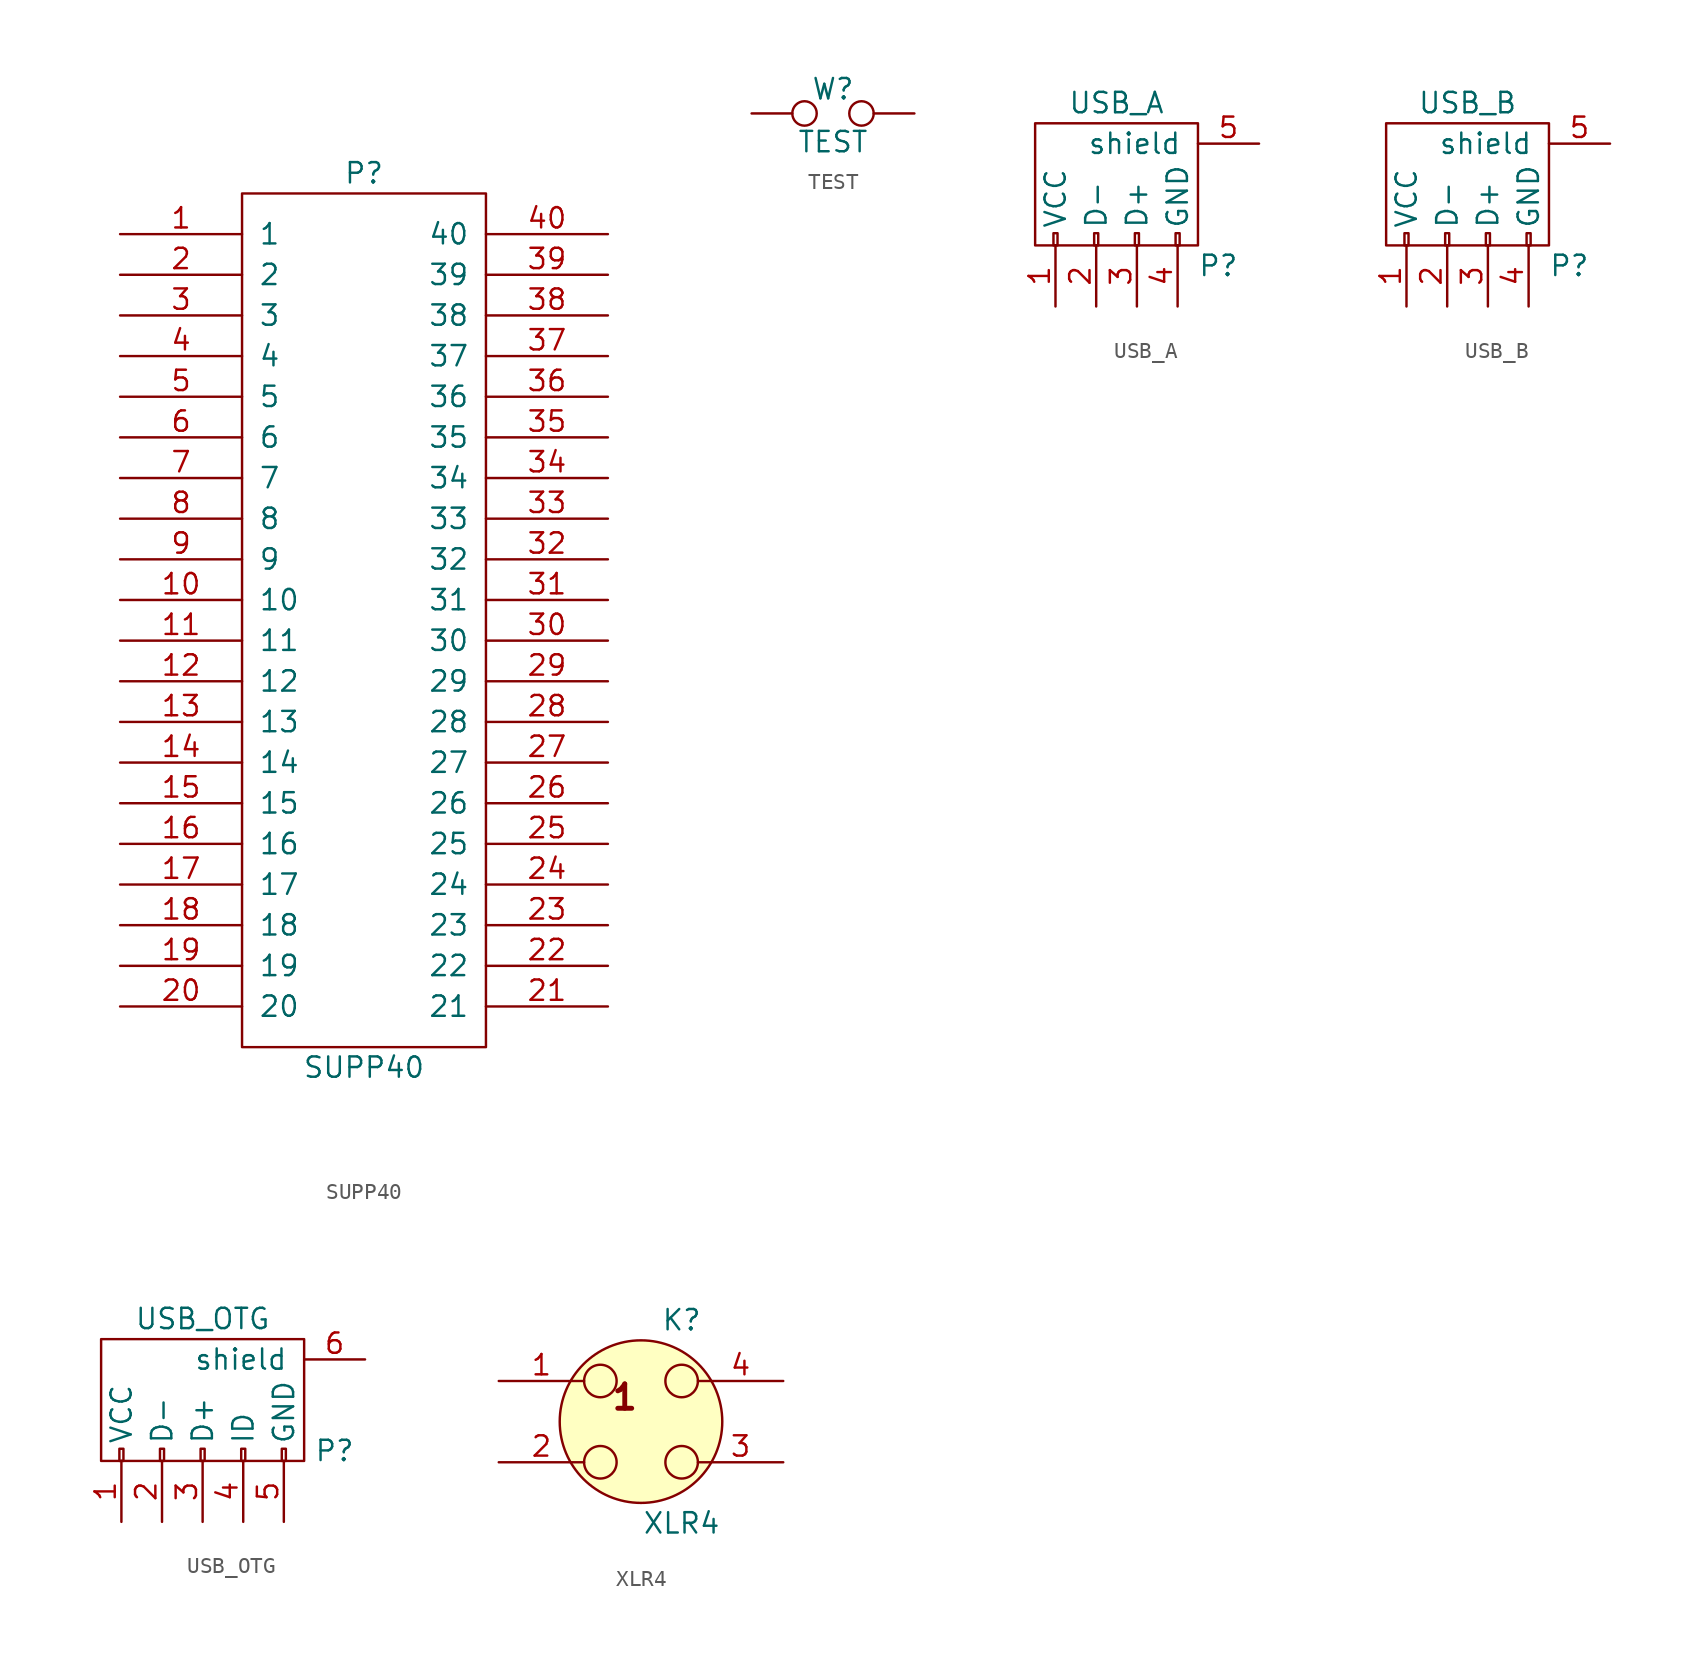
<source format=kicad_sym>
(kicad_symbol_lib
  (version 20211014)
  (generator kicad_symbol_editor)
  (symbol "SUPP40"
    (pin_names
      (offset 1.016))
    (property "Reference" "P"
      (at 0 27.94 0)
      (effects (font (size 1.27 1.27))))
    (property "Value" "SUPP40"
      (at 0 -27.94 0)
      (effects (font (size 1.27 1.27))))
    (property "Footprint" ""
      (at 0 0 0)
      (effects (font (size 1.27 1.27))))
    (property "Datasheet" ""
      (at 0 0 0)
      (effects (font (size 1.27 1.27))))
    (symbol "SUPP40_0_1"
      (rectangle (start -7.62 -26.67) (end 7.62 26.67) (stroke (width 0) (type default) (color 0 0 0 0)) (fill (type none))))
    (symbol "SUPP40_1_1"
      (pin passive line (at -15.24 24.13 0) (length 7.62) (name "1" (effects (font (size 1.27 1.27)))) (number "1" (effects (font (size 1.27 1.27)))))
      (pin passive line (at -15.24 1.27 0) (length 7.62) (name "10" (effects (font (size 1.27 1.27)))) (number "10" (effects (font (size 1.27 1.27)))))
      (pin passive line (at -15.24 -1.27 0) (length 7.62) (name "11" (effects (font (size 1.27 1.27)))) (number "11" (effects (font (size 1.27 1.27)))))
      (pin passive line (at -15.24 -3.81 0) (length 7.62) (name "12" (effects (font (size 1.27 1.27)))) (number "12" (effects (font (size 1.27 1.27)))))
      (pin passive line (at -15.24 -6.35 0) (length 7.62) (name "13" (effects (font (size 1.27 1.27)))) (number "13" (effects (font (size 1.27 1.27)))))
      (pin passive line (at -15.24 -8.89 0) (length 7.62) (name "14" (effects (font (size 1.27 1.27)))) (number "14" (effects (font (size 1.27 1.27)))))
      (pin passive line (at -15.24 -11.43 0) (length 7.62) (name "15" (effects (font (size 1.27 1.27)))) (number "15" (effects (font (size 1.27 1.27)))))
      (pin passive line (at -15.24 -13.97 0) (length 7.62) (name "16" (effects (font (size 1.27 1.27)))) (number "16" (effects (font (size 1.27 1.27)))))
      (pin passive line (at -15.24 -16.51 0) (length 7.62) (name "17" (effects (font (size 1.27 1.27)))) (number "17" (effects (font (size 1.27 1.27)))))
      (pin passive line (at -15.24 -19.05 0) (length 7.62) (name "18" (effects (font (size 1.27 1.27)))) (number "18" (effects (font (size 1.27 1.27)))))
      (pin passive line (at -15.24 -21.59 0) (length 7.62) (name "19" (effects (font (size 1.27 1.27)))) (number "19" (effects (font (size 1.27 1.27)))))
      (pin passive line (at -15.24 21.59 0) (length 7.62) (name "2" (effects (font (size 1.27 1.27)))) (number "2" (effects (font (size 1.27 1.27)))))
      (pin passive line (at -15.24 -24.13 0) (length 7.62) (name "20" (effects (font (size 1.27 1.27)))) (number "20" (effects (font (size 1.27 1.27)))))
      (pin passive line (at 15.24 -24.13 180) (length 7.62) (name "21" (effects (font (size 1.27 1.27)))) (number "21" (effects (font (size 1.27 1.27)))))
      (pin passive line (at 15.24 -21.59 180) (length 7.62) (name "22" (effects (font (size 1.27 1.27)))) (number "22" (effects (font (size 1.27 1.27)))))
      (pin passive line (at 15.24 -19.05 180) (length 7.62) (name "23" (effects (font (size 1.27 1.27)))) (number "23" (effects (font (size 1.27 1.27)))))
      (pin passive line (at 15.24 -16.51 180) (length 7.62) (name "24" (effects (font (size 1.27 1.27)))) (number "24" (effects (font (size 1.27 1.27)))))
      (pin passive line (at 15.24 -13.97 180) (length 7.62) (name "25" (effects (font (size 1.27 1.27)))) (number "25" (effects (font (size 1.27 1.27)))))
      (pin passive line (at 15.24 -11.43 180) (length 7.62) (name "26" (effects (font (size 1.27 1.27)))) (number "26" (effects (font (size 1.27 1.27)))))
      (pin passive line (at 15.24 -8.89 180) (length 7.62) (name "27" (effects (font (size 1.27 1.27)))) (number "27" (effects (font (size 1.27 1.27)))))
      (pin passive line (at 15.24 -6.35 180) (length 7.62) (name "28" (effects (font (size 1.27 1.27)))) (number "28" (effects (font (size 1.27 1.27)))))
      (pin passive line (at 15.24 -3.81 180) (length 7.62) (name "29" (effects (font (size 1.27 1.27)))) (number "29" (effects (font (size 1.27 1.27)))))
      (pin passive line (at -15.24 19.05 0) (length 7.62) (name "3" (effects (font (size 1.27 1.27)))) (number "3" (effects (font (size 1.27 1.27)))))
      (pin passive line (at 15.24 -1.27 180) (length 7.62) (name "30" (effects (font (size 1.27 1.27)))) (number "30" (effects (font (size 1.27 1.27)))))
      (pin passive line (at 15.24 1.27 180) (length 7.62) (name "31" (effects (font (size 1.27 1.27)))) (number "31" (effects (font (size 1.27 1.27)))))
      (pin passive line (at 15.24 3.81 180) (length 7.62) (name "32" (effects (font (size 1.27 1.27)))) (number "32" (effects (font (size 1.27 1.27)))))
      (pin passive line (at 15.24 6.35 180) (length 7.62) (name "33" (effects (font (size 1.27 1.27)))) (number "33" (effects (font (size 1.27 1.27)))))
      (pin passive line (at 15.24 8.89 180) (length 7.62) (name "34" (effects (font (size 1.27 1.27)))) (number "34" (effects (font (size 1.27 1.27)))))
      (pin passive line (at 15.24 11.43 180) (length 7.62) (name "35" (effects (font (size 1.27 1.27)))) (number "35" (effects (font (size 1.27 1.27)))))
      (pin passive line (at 15.24 13.97 180) (length 7.62) (name "36" (effects (font (size 1.27 1.27)))) (number "36" (effects (font (size 1.27 1.27)))))
      (pin passive line (at 15.24 16.51 180) (length 7.62) (name "37" (effects (font (size 1.27 1.27)))) (number "37" (effects (font (size 1.27 1.27)))))
      (pin passive line (at 15.24 19.05 180) (length 7.62) (name "38" (effects (font (size 1.27 1.27)))) (number "38" (effects (font (size 1.27 1.27)))))
      (pin passive line (at 15.24 21.59 180) (length 7.62) (name "39" (effects (font (size 1.27 1.27)))) (number "39" (effects (font (size 1.27 1.27)))))
      (pin passive line (at -15.24 16.51 0) (length 7.62) (name "4" (effects (font (size 1.27 1.27)))) (number "4" (effects (font (size 1.27 1.27)))))
      (pin passive line (at 15.24 24.13 180) (length 7.62) (name "40" (effects (font (size 1.27 1.27)))) (number "40" (effects (font (size 1.27 1.27)))))
      (pin passive line (at -15.24 13.97 0) (length 7.62) (name "5" (effects (font (size 1.27 1.27)))) (number "5" (effects (font (size 1.27 1.27)))))
      (pin passive line (at -15.24 11.43 0) (length 7.62) (name "6" (effects (font (size 1.27 1.27)))) (number "6" (effects (font (size 1.27 1.27)))))
      (pin passive line (at -15.24 8.89 0) (length 7.62) (name "7" (effects (font (size 1.27 1.27)))) (number "7" (effects (font (size 1.27 1.27)))))
      (pin passive line (at -15.24 6.35 0) (length 7.62) (name "8" (effects (font (size 1.27 1.27)))) (number "8" (effects (font (size 1.27 1.27)))))
      (pin passive line (at -15.24 3.81 0) (length 7.62) (name "9" (effects (font (size 1.27 1.27)))) (number "9" (effects (font (size 1.27 1.27)))))))
  (symbol "TEST"
    (pin_numbers hide)
    (pin_names
      (offset 0.762) hide)
    (property "Reference" "W"
      (at 0 1.524 0)
      (effects (font (size 1.27 1.27))))
    (property "Value" "TEST"
      (at 0 -1.778 0)
      (effects (font (size 1.27 1.27))))
    (property "Footprint" ""
      (at 0 0 0)
      (effects (font (size 1.27 1.27))))
    (property "Datasheet" ""
      (at 0 0 0)
      (effects (font (size 1.27 1.27))))
    (symbol "TEST_0_1"
      (circle (center -1.778 0) (radius 0.762) (stroke (width 0) (type default) (color 0 0 0 0)) (fill (type none)))
      (circle (center 1.778 0) (radius 0.762) (stroke (width 0) (type default) (color 0 0 0 0)) (fill (type none)))
      (pin passive line (at -5.08 0 0) (length 2.54) (name "1" (effects (font (size 1.27 1.27)))) (number "1" (effects (font (size 1.27 1.27)))))
      (pin passive line (at 5.08 0 180) (length 2.54) (name "2" (effects (font (size 1.27 1.27)))) (number "2" (effects (font (size 1.27 1.27)))))))
  (symbol "USB_A"
    (pin_names
      (offset 1.016))
    (property "Reference" "P"
      (at 5.08 -5.08 0)
      (effects (font (size 1.27 1.27))))
    (property "Value" "USB_A"
      (at -1.27 5.08 0)
      (effects (font (size 1.27 1.27))))
    (property "Footprint" ""
      (at -1.27 -2.54 90)
      (effects (font (size 1.27 1.27))))
    (property "Datasheet" ""
      (at -1.27 -2.54 90)
      (effects (font (size 1.27 1.27))))
    (symbol "USB_A_0_1"
      (rectangle (start -6.35 -3.81) (end 3.81 3.81) (stroke (width 0) (type default) (color 0 0 0 0)) (fill (type none)))
      (rectangle (start -5.207 -3.81) (end -4.953 -3.048) (stroke (width 0) (type default) (color 0 0 0 0)) (fill (type none)))
      (rectangle (start -2.667 -3.81) (end -2.413 -3.048) (stroke (width 0) (type default) (color 0 0 0 0)) (fill (type none)))
      (rectangle (start -0.127 -3.81) (end 0.127 -3.048) (stroke (width 0) (type default) (color 0 0 0 0)) (fill (type none)))
      (rectangle (start 2.413 -3.81) (end 2.667 -3.048) (stroke (width 0) (type default) (color 0 0 0 0)) (fill (type none))))
    (symbol "USB_A_1_1"
      (pin power_in line (at -5.08 -7.62 90) (length 3.81) (name "VCC" (effects (font (size 1.27 1.27)))) (number "1" (effects (font (size 1.27 1.27)))))
      (pin passive line (at -2.54 -7.62 90) (length 3.81) (name "D-" (effects (font (size 1.27 1.27)))) (number "2" (effects (font (size 1.27 1.27)))))
      (pin passive line (at 0 -7.62 90) (length 3.81) (name "D+" (effects (font (size 1.27 1.27)))) (number "3" (effects (font (size 1.27 1.27)))))
      (pin power_in line (at 2.54 -7.62 90) (length 3.81) (name "GND" (effects (font (size 1.27 1.27)))) (number "4" (effects (font (size 1.27 1.27)))))
      (pin passive line (at 7.62 2.54 180) (length 3.81) (name "shield" (effects (font (size 1.27 1.27)))) (number "5" (effects (font (size 1.27 1.27)))))))
  (symbol "USB_B"
    (pin_names
      (offset 1.016))
    (property "Reference" "P"
      (at 5.08 -5.08 0)
      (effects (font (size 1.27 1.27))))
    (property "Value" "USB_B"
      (at -1.27 5.08 0)
      (effects (font (size 1.27 1.27))))
    (property "Footprint" ""
      (at -1.27 -2.54 90)
      (effects (font (size 1.27 1.27))))
    (property "Datasheet" ""
      (at -1.27 -2.54 90)
      (effects (font (size 1.27 1.27))))
    (symbol "USB_B_0_1"
      (rectangle (start -6.35 -3.81) (end 3.81 3.81) (stroke (width 0) (type default) (color 0 0 0 0)) (fill (type none)))
      (rectangle (start -5.207 -3.81) (end -4.953 -3.048) (stroke (width 0) (type default) (color 0 0 0 0)) (fill (type none)))
      (rectangle (start -2.667 -3.81) (end -2.413 -3.048) (stroke (width 0) (type default) (color 0 0 0 0)) (fill (type none)))
      (rectangle (start -0.127 -3.81) (end 0.127 -3.048) (stroke (width 0) (type default) (color 0 0 0 0)) (fill (type none)))
      (rectangle (start 2.413 -3.81) (end 2.667 -3.048) (stroke (width 0) (type default) (color 0 0 0 0)) (fill (type none))))
    (symbol "USB_B_1_1"
      (pin power_out line (at -5.08 -7.62 90) (length 3.81) (name "VCC" (effects (font (size 1.27 1.27)))) (number "1" (effects (font (size 1.27 1.27)))))
      (pin passive line (at -2.54 -7.62 90) (length 3.81) (name "D-" (effects (font (size 1.27 1.27)))) (number "2" (effects (font (size 1.27 1.27)))))
      (pin passive line (at 0 -7.62 90) (length 3.81) (name "D+" (effects (font (size 1.27 1.27)))) (number "3" (effects (font (size 1.27 1.27)))))
      (pin power_in line (at 2.54 -7.62 90) (length 3.81) (name "GND" (effects (font (size 1.27 1.27)))) (number "4" (effects (font (size 1.27 1.27)))))
      (pin passive line (at 7.62 2.54 180) (length 3.81) (name "shield" (effects (font (size 1.27 1.27)))) (number "5" (effects (font (size 1.27 1.27)))))))
  (symbol "USB_OTG"
    (pin_names
      (offset 1.016))
    (property "Reference" "P"
      (at 8.255 -3.175 0)
      (effects (font (size 1.27 1.27))))
    (property "Value" "USB_OTG"
      (at 0 5.08 0)
      (effects (font (size 1.27 1.27))))
    (property "Footprint" ""
      (at -1.27 -2.54 90)
      (effects (font (size 1.27 1.27))))
    (property "Datasheet" ""
      (at -1.27 -2.54 90)
      (effects (font (size 1.27 1.27))))
    (symbol "USB_OTG_0_1"
      (rectangle (start -6.35 -3.81) (end 6.35 3.81) (stroke (width 0) (type default) (color 0 0 0 0)) (fill (type none)))
      (rectangle (start -5.207 -3.81) (end -4.953 -3.048) (stroke (width 0) (type default) (color 0 0 0 0)) (fill (type none)))
      (rectangle (start -2.667 -3.81) (end -2.413 -3.048) (stroke (width 0) (type default) (color 0 0 0 0)) (fill (type none)))
      (rectangle (start -0.127 -3.81) (end 0.127 -3.048) (stroke (width 0) (type default) (color 0 0 0 0)) (fill (type none)))
      (rectangle (start 2.413 -3.81) (end 2.667 -3.048) (stroke (width 0) (type default) (color 0 0 0 0)) (fill (type none)))
      (rectangle (start 4.953 -3.81) (end 5.207 -3.048) (stroke (width 0) (type default) (color 0 0 0 0)) (fill (type none))))
    (symbol "USB_OTG_1_1"
      (pin power_out line (at -5.08 -7.62 90) (length 3.81) (name "VCC" (effects (font (size 1.27 1.27)))) (number "1" (effects (font (size 1.27 1.27)))))
      (pin passive line (at -2.54 -7.62 90) (length 3.81) (name "D-" (effects (font (size 1.27 1.27)))) (number "2" (effects (font (size 1.27 1.27)))))
      (pin passive line (at 0 -7.62 90) (length 3.81) (name "D+" (effects (font (size 1.27 1.27)))) (number "3" (effects (font (size 1.27 1.27)))))
      (pin power_in line (at 2.54 -7.62 90) (length 3.81) (name "ID" (effects (font (size 1.27 1.27)))) (number "4" (effects (font (size 1.27 1.27)))))
      (pin power_in line (at 5.08 -7.62 90) (length 3.81) (name "GND" (effects (font (size 1.27 1.27)))) (number "5" (effects (font (size 1.27 1.27)))))
      (pin passive line (at 10.16 2.54 180) (length 3.81) (name "shield" (effects (font (size 1.27 1.27)))) (number "6" (effects (font (size 1.27 1.27)))))))
  (symbol "XLR4"
    (pin_names
      (offset 0.762) hide)
    (property "Reference" "K"
      (at 2.54 6.35 0)
      (effects (font (size 1.27 1.27))))
    (property "Value" "XLR4"
      (at 2.54 -6.35 0)
      (effects (font (size 1.27 1.27))))
    (property "Footprint" ""
      (at 0 0 0)
      (effects (font (size 1.27 1.27))))
    (property "Datasheet" ""
      (at 0 0 0)
      (effects (font (size 1.27 1.27))))
    (symbol "XLR4_0_1"
      (circle (center -2.54 -2.54) (radius 1.016) (stroke (width 0) (type default) (color 0 0 0 0)) (fill (type none)))
      (circle (center -2.54 2.54) (radius 1.016) (stroke (width 0) (type default) (color 0 0 0 0)) (fill (type none)))
      (circle (center 0 0) (radius 5.08) (stroke (width 0) (type default) (color 0 0 0 0)) (fill (type background)))
      (circle (center 2.54 -2.54) (radius 1.016) (stroke (width 0) (type default) (color 0 0 0 0)) (fill (type none)))
      (circle (center 2.54 2.54) (radius 1.016) (stroke (width 0) (type default) (color 0 0 0 0)) (fill (type none)))
      (text "1" (at -1.016 1.524 0) (effects (font (size 1.524 1.524) bold))))
    (symbol "XLR4_1_1"
      (pin passive line (at -8.89 2.54 0) (length 5.334) (name "~" (effects (font (size 1.27 1.27)))) (number "1" (effects (font (size 1.27 1.27)))))
      (pin passive line (at -8.89 -2.54 0) (length 5.334) (name "~" (effects (font (size 1.27 1.27)))) (number "2" (effects (font (size 1.27 1.27)))))
      (pin passive line (at 8.89 -2.54 180) (length 5.334) (name "~" (effects (font (size 1.27 1.27)))) (number "3" (effects (font (size 1.27 1.27)))))
      (pin passive line (at 8.89 2.54 180) (length 5.334) (name "~" (effects (font (size 1.27 1.27)))) (number "4" (effects (font (size 1.27 1.27))))))))
</source>
